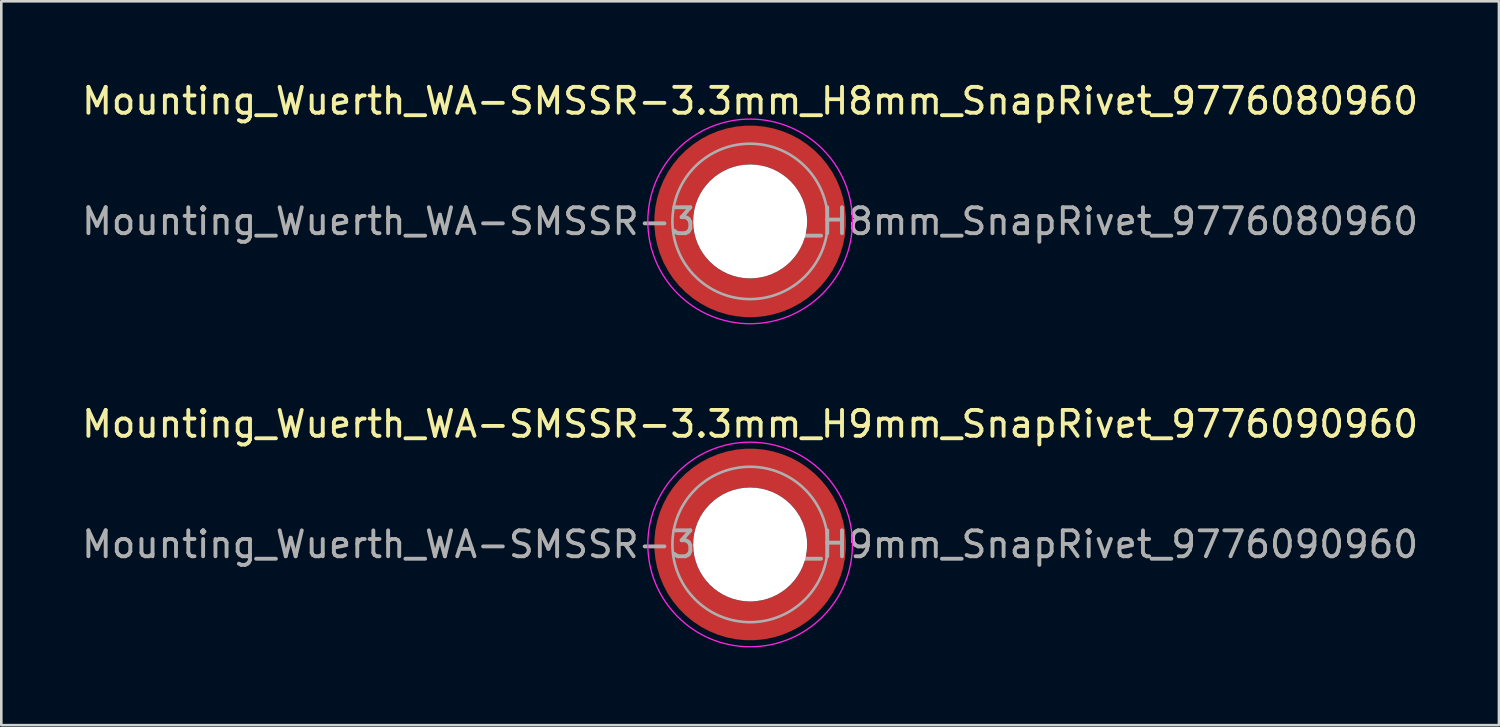
<source format=kicad_pcb>
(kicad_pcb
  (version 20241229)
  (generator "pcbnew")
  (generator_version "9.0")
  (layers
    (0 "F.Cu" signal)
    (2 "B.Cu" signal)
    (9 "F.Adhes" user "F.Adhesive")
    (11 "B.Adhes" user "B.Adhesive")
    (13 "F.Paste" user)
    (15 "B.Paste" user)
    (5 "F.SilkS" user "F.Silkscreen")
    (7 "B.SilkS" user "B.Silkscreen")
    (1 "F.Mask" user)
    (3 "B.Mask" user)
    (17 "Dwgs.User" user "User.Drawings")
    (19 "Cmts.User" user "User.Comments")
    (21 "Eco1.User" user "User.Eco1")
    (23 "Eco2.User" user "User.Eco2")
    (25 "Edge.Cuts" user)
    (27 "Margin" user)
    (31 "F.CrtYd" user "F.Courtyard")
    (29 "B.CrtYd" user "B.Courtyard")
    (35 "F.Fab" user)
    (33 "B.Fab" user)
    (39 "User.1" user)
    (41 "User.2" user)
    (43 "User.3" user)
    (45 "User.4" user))
  (footprint "Mounting_Wuerth_WA-SMSSR-3.3mm_H8mm_SnapRivet_9776080960"
    (layer "F.Cu")
    (at 25.911 5.498)
    (property "Reference" "Mounting_Wuerth_WA-SMSSR-3.3mm_H8mm_SnapRivet_9776080960" (at 0 -4.65 0) (layer "F.SilkS") (effects (font (size 1 1) (thickness 0.15))))
    (attr smd)
    (fp_circle (center 0 0) (end 3.95 0) (stroke (width 0.05) (type solid)) (fill no) (layer "F.CrtYd"))
    (fp_circle (center 0 0) (end 3 0) (stroke (width 0.1) (type solid)) (fill no) (layer "F.Fab"))
    (fp_text user "${REFERENCE}" (at 0 0 0) (layer "F.Fab") (effects (font (size 1 1) (thickness 0.15))))
    (pad "" smd custom (at -2.077 -2.077) (size 0.995 0.995) (layers "F.Paste") (options (anchor circle)) (primitives (gr_arc (start -0.208831 1.577126) (mid 0.422144 0.422848) (end 1.576154 -0.208618) (width 0.2)) (gr_arc (start -0.310669 1.577126) (mid 0.35138 0.35278) (end 1.575188 -0.310262) (width 0.2)) (gr_arc (start -0.412325 1.577126) (mid 0.280305 0.283024) (end 1.573357 -0.411565) (width 0.2)) (gr_arc (start -0.51382 1.577126) (mid 0.210358 0.212139) (end 1.574653 -0.513342) (width 0.2)) (gr_arc (start -0.615172 1.577126) (mid 0.139846 0.141818) (end 1.574384 -0.614661) (width 0.2)) (gr_arc (start -0.716397 1.577126) (mid 0.070334 0.070498) (end 1.576898 -0.716356) (width 0.2)) (gr_arc (start -0.817508 1.577126) (mid -0.001805 0.001807) (end 1.572094 -0.816633) (width 0.2)) (gr_arc (start -0.918517 1.577126) (mid -0.071322 -0.06951) (end 1.574599 -0.918094) (width 0.2)) (gr_arc (start -1.019433 1.577126) (mid -0.141902 -0.139762) (end 1.574138 -1.018949) (width 0.2)) (gr_arc (start -1.120266 1.577126) (mid -0.211736 -0.210761) (end 1.575763 -1.120053) (width 0.2)) (gr_arc (start -1.221022 1.577126) (mid -0.282882 -0.280446) (end 1.57372 -1.220505) (width 0.2)) (gr_arc (start -1.32171 1.577126) (mid -0.353407 -0.350753) (end 1.573414 -1.321162) (width 0.2)) (gr_arc (start -1.422335 1.577126) (mid -0.423311 -0.421682) (end 1.574846 -1.422009) (width 0.2)) (gr_line (start 1.577 -0.209) (end 1.577 -1.422) (width 0.2)) (gr_line (start -0.209 1.577) (end -1.422 1.577) (width 0.2))))
    (pad "" smd custom (at -2.077 2.077) (size 0.995 0.995) (layers "F.Paste") (options (anchor circle)) (primitives (gr_arc (start 1.577126 0.208831) (mid 0.422848 -0.422144) (end -0.208618 -1.576154) (width 0.2)) (gr_arc (start 1.577126 0.310669) (mid 0.35278 -0.35138) (end -0.310262 -1.575188) (width 0.2)) (gr_arc (start 1.577126 0.412325) (mid 0.283024 -0.280305) (end -0.411565 -1.573357) (width 0.2)) (gr_arc (start 1.577126 0.51382) (mid 0.212139 -0.210358) (end -0.513342 -1.574653) (width 0.2)) (gr_arc (start 1.577126 0.615172) (mid 0.141818 -0.139846) (end -0.614661 -1.574384) (width 0.2)) (gr_arc (start 1.577126 0.716397) (mid 0.070498 -0.070334) (end -0.716356 -1.576898) (width 0.2)) (gr_arc (start 1.577126 0.817508) (mid 0.001807 0.001805) (end -0.816633 -1.572094) (width 0.2)) (gr_arc (start 1.577126 0.918517) (mid -0.06951 0.071322) (end -0.918094 -1.574599) (width 0.2)) (gr_arc (start 1.577126 1.019433) (mid -0.139762 0.141902) (end -1.018949 -1.574138) (width 0.2)) (gr_arc (start 1.577126 1.120266) (mid -0.210761 0.211736) (end -1.120053 -1.575763) (width 0.2)) (gr_arc (start 1.577126 1.221022) (mid -0.280446 0.282882) (end -1.220505 -1.57372) (width 0.2)) (gr_arc (start 1.577126 1.32171) (mid -0.350753 0.353407) (end -1.321162 -1.573414) (width 0.2)) (gr_arc (start 1.577126 1.422335) (mid -0.421682 0.423311) (end -1.422009 -1.574846) (width 0.2)) (gr_line (start -0.209 -1.577) (end -1.422 -1.577) (width 0.2)) (gr_line (start 1.577 0.209) (end 1.577 1.422) (width 0.2))))
    (pad "" np_thru_hole circle (at 0 0) (size 4.4 4.4) (drill 4.4) (layers "*.Cu" "*.Mask"))
    (pad "" smd custom (at 2.077 -2.077) (size 0.995 0.995) (layers "F.Paste") (options (anchor circle)) (primitives (gr_arc (start -1.577126 -0.208831) (mid -0.422848 0.422144) (end 0.208618 1.576154) (width 0.2)) (gr_arc (start -1.577126 -0.310669) (mid -0.35278 0.35138) (end 0.310262 1.575188) (width 0.2)) (gr_arc (start -1.577126 -0.412325) (mid -0.283024 0.280305) (end 0.411565 1.573357) (width 0.2)) (gr_arc (start -1.577126 -0.51382) (mid -0.212139 0.210358) (end 0.513342 1.574653) (width 0.2)) (gr_arc (start -1.577126 -0.615172) (mid -0.141818 0.139846) (end 0.614661 1.574384) (width 0.2)) (gr_arc (start -1.577126 -0.716397) (mid -0.070498 0.070334) (end 0.716356 1.576898) (width 0.2)) (gr_arc (start -1.577126 -0.817508) (mid -0.001807 -0.001805) (end 0.816633 1.572094) (width 0.2)) (gr_arc (start -1.577126 -0.918517) (mid 0.06951 -0.071322) (end 0.918094 1.574599) (width 0.2)) (gr_arc (start -1.577126 -1.019433) (mid 0.139762 -0.141902) (end 1.018949 1.574138) (width 0.2)) (gr_arc (start -1.577126 -1.120266) (mid 0.210761 -0.211736) (end 1.120053 1.575763) (width 0.2)) (gr_arc (start -1.577126 -1.221022) (mid 0.280446 -0.282882) (end 1.220505 1.57372) (width 0.2)) (gr_arc (start -1.577126 -1.32171) (mid 0.350753 -0.353407) (end 1.321162 1.573414) (width 0.2)) (gr_arc (start -1.577126 -1.422335) (mid 0.421682 -0.423311) (end 1.422009 1.574846) (width 0.2)) (gr_line (start 0.209 1.577) (end 1.422 1.577) (width 0.2)) (gr_line (start -1.577 -0.209) (end -1.577 -1.422) (width 0.2))))
    (pad "" smd custom (at 2.077 2.077) (size 0.995 0.995) (layers "F.Paste") (options (anchor circle)) (primitives (gr_arc (start 0.208831 -1.577126) (mid -0.422144 -0.422848) (end -1.576154 0.208618) (width 0.2)) (gr_arc (start 0.310669 -1.577126) (mid -0.35138 -0.35278) (end -1.575188 0.310262) (width 0.2)) (gr_arc (start 0.412325 -1.577126) (mid -0.280305 -0.283024) (end -1.573357 0.411565) (width 0.2)) (gr_arc (start 0.51382 -1.577126) (mid -0.210358 -0.212139) (end -1.574653 0.513342) (width 0.2)) (gr_arc (start 0.615172 -1.577126) (mid -0.139846 -0.141818) (end -1.574384 0.614661) (width 0.2)) (gr_arc (start 0.716397 -1.577126) (mid -0.070334 -0.070498) (end -1.576898 0.716356) (width 0.2)) (gr_arc (start 0.817508 -1.577126) (mid 0.001805 -0.001807) (end -1.572094 0.816633) (width 0.2)) (gr_arc (start 0.918517 -1.577126) (mid 0.071322 0.06951) (end -1.574599 0.918094) (width 0.2)) (gr_arc (start 1.019433 -1.577126) (mid 0.141902 0.139762) (end -1.574138 1.018949) (width 0.2)) (gr_arc (start 1.120266 -1.577126) (mid 0.211736 0.210761) (end -1.575763 1.120053) (width 0.2)) (gr_arc (start 1.221022 -1.577126) (mid 0.282882 0.280446) (end -1.57372 1.220505) (width 0.2)) (gr_arc (start 1.32171 -1.577126) (mid 0.353407 0.350753) (end -1.573414 1.321162) (width 0.2)) (gr_arc (start 1.422335 -1.577126) (mid 0.423311 0.421682) (end -1.574846 1.422009) (width 0.2)) (gr_line (start -1.577 0.209) (end -1.577 1.422) (width 0.2)) (gr_line (start 0.209 -1.577) (end 1.422 -1.577) (width 0.2))))
    (pad "1" smd circle (at -2.95 0) (size 1.1 1.1) (layers "F.Cu"))
    (pad "1" smd circle (at 0 -2.95) (size 1.1 1.1) (layers "F.Cu"))
    (pad "1" smd circle (at 0 2.95) (size 1.1 1.1) (layers "F.Cu"))
    (pad "1" smd custom (at 2.95 0) (size 1.1 1.1) (layers "F.Cu" "F.Mask") (options (anchor circle)) (primitives (gr_circle (center -2.95 0) (end 0 0) (width 1.5) (fill no)))))
  (footprint "Mounting_Wuerth_WA-SMSSR-3.3mm_H9mm_SnapRivet_9776090960"
    (layer "F.Cu")
    (at 25.911 17.971)
    (property "Reference" "Mounting_Wuerth_WA-SMSSR-3.3mm_H9mm_SnapRivet_9776090960" (at 0 -4.65 0) (layer "F.SilkS") (effects (font (size 1 1) (thickness 0.15))))
    (attr smd)
    (fp_circle (center 0 0) (end 3.95 0) (stroke (width 0.05) (type solid)) (fill no) (layer "F.CrtYd"))
    (fp_circle (center 0 0) (end 3 0) (stroke (width 0.1) (type solid)) (fill no) (layer "F.Fab"))
    (fp_text user "${REFERENCE}" (at 0 0 0) (layer "F.Fab") (effects (font (size 1 1) (thickness 0.15))))
    (pad "" smd custom (at -2.077 -2.077) (size 0.995 0.995) (layers "F.Paste") (options (anchor circle)) (primitives (gr_arc (start -0.208831 1.577126) (mid 0.422144 0.422848) (end 1.576154 -0.208618) (width 0.2)) (gr_arc (start -0.310669 1.577126) (mid 0.35138 0.35278) (end 1.575188 -0.310262) (width 0.2)) (gr_arc (start -0.412325 1.577126) (mid 0.280305 0.283024) (end 1.573357 -0.411565) (width 0.2)) (gr_arc (start -0.51382 1.577126) (mid 0.210358 0.212139) (end 1.574653 -0.513342) (width 0.2)) (gr_arc (start -0.615172 1.577126) (mid 0.139846 0.141818) (end 1.574384 -0.614661) (width 0.2)) (gr_arc (start -0.716397 1.577126) (mid 0.070334 0.070498) (end 1.576898 -0.716356) (width 0.2)) (gr_arc (start -0.817508 1.577126) (mid -0.001805 0.001807) (end 1.572094 -0.816633) (width 0.2)) (gr_arc (start -0.918517 1.577126) (mid -0.071322 -0.06951) (end 1.574599 -0.918094) (width 0.2)) (gr_arc (start -1.019433 1.577126) (mid -0.141902 -0.139762) (end 1.574138 -1.018949) (width 0.2)) (gr_arc (start -1.120266 1.577126) (mid -0.211736 -0.210761) (end 1.575763 -1.120053) (width 0.2)) (gr_arc (start -1.221022 1.577126) (mid -0.282882 -0.280446) (end 1.57372 -1.220505) (width 0.2)) (gr_arc (start -1.32171 1.577126) (mid -0.353407 -0.350753) (end 1.573414 -1.321162) (width 0.2)) (gr_arc (start -1.422335 1.577126) (mid -0.423311 -0.421682) (end 1.574846 -1.422009) (width 0.2)) (gr_line (start 1.577 -0.209) (end 1.577 -1.422) (width 0.2)) (gr_line (start -0.209 1.577) (end -1.422 1.577) (width 0.2))))
    (pad "" smd custom (at -2.077 2.077) (size 0.995 0.995) (layers "F.Paste") (options (anchor circle)) (primitives (gr_arc (start 1.577126 0.208831) (mid 0.422848 -0.422144) (end -0.208618 -1.576154) (width 0.2)) (gr_arc (start 1.577126 0.310669) (mid 0.35278 -0.35138) (end -0.310262 -1.575188) (width 0.2)) (gr_arc (start 1.577126 0.412325) (mid 0.283024 -0.280305) (end -0.411565 -1.573357) (width 0.2)) (gr_arc (start 1.577126 0.51382) (mid 0.212139 -0.210358) (end -0.513342 -1.574653) (width 0.2)) (gr_arc (start 1.577126 0.615172) (mid 0.141818 -0.139846) (end -0.614661 -1.574384) (width 0.2)) (gr_arc (start 1.577126 0.716397) (mid 0.070498 -0.070334) (end -0.716356 -1.576898) (width 0.2)) (gr_arc (start 1.577126 0.817508) (mid 0.001807 0.001805) (end -0.816633 -1.572094) (width 0.2)) (gr_arc (start 1.577126 0.918517) (mid -0.06951 0.071322) (end -0.918094 -1.574599) (width 0.2)) (gr_arc (start 1.577126 1.019433) (mid -0.139762 0.141902) (end -1.018949 -1.574138) (width 0.2)) (gr_arc (start 1.577126 1.120266) (mid -0.210761 0.211736) (end -1.120053 -1.575763) (width 0.2)) (gr_arc (start 1.577126 1.221022) (mid -0.280446 0.282882) (end -1.220505 -1.57372) (width 0.2)) (gr_arc (start 1.577126 1.32171) (mid -0.350753 0.353407) (end -1.321162 -1.573414) (width 0.2)) (gr_arc (start 1.577126 1.422335) (mid -0.421682 0.423311) (end -1.422009 -1.574846) (width 0.2)) (gr_line (start -0.209 -1.577) (end -1.422 -1.577) (width 0.2)) (gr_line (start 1.577 0.209) (end 1.577 1.422) (width 0.2))))
    (pad "" np_thru_hole circle (at 0 0) (size 4.4 4.4) (drill 4.4) (layers "*.Cu" "*.Mask"))
    (pad "" smd custom (at 2.077 -2.077) (size 0.995 0.995) (layers "F.Paste") (options (anchor circle)) (primitives (gr_arc (start -1.577126 -0.208831) (mid -0.422848 0.422144) (end 0.208618 1.576154) (width 0.2)) (gr_arc (start -1.577126 -0.310669) (mid -0.35278 0.35138) (end 0.310262 1.575188) (width 0.2)) (gr_arc (start -1.577126 -0.412325) (mid -0.283024 0.280305) (end 0.411565 1.573357) (width 0.2)) (gr_arc (start -1.577126 -0.51382) (mid -0.212139 0.210358) (end 0.513342 1.574653) (width 0.2)) (gr_arc (start -1.577126 -0.615172) (mid -0.141818 0.139846) (end 0.614661 1.574384) (width 0.2)) (gr_arc (start -1.577126 -0.716397) (mid -0.070498 0.070334) (end 0.716356 1.576898) (width 0.2)) (gr_arc (start -1.577126 -0.817508) (mid -0.001807 -0.001805) (end 0.816633 1.572094) (width 0.2)) (gr_arc (start -1.577126 -0.918517) (mid 0.06951 -0.071322) (end 0.918094 1.574599) (width 0.2)) (gr_arc (start -1.577126 -1.019433) (mid 0.139762 -0.141902) (end 1.018949 1.574138) (width 0.2)) (gr_arc (start -1.577126 -1.120266) (mid 0.210761 -0.211736) (end 1.120053 1.575763) (width 0.2)) (gr_arc (start -1.577126 -1.221022) (mid 0.280446 -0.282882) (end 1.220505 1.57372) (width 0.2)) (gr_arc (start -1.577126 -1.32171) (mid 0.350753 -0.353407) (end 1.321162 1.573414) (width 0.2)) (gr_arc (start -1.577126 -1.422335) (mid 0.421682 -0.423311) (end 1.422009 1.574846) (width 0.2)) (gr_line (start 0.209 1.577) (end 1.422 1.577) (width 0.2)) (gr_line (start -1.577 -0.209) (end -1.577 -1.422) (width 0.2))))
    (pad "" smd custom (at 2.077 2.077) (size 0.995 0.995) (layers "F.Paste") (options (anchor circle)) (primitives (gr_arc (start 0.208831 -1.577126) (mid -0.422144 -0.422848) (end -1.576154 0.208618) (width 0.2)) (gr_arc (start 0.310669 -1.577126) (mid -0.35138 -0.35278) (end -1.575188 0.310262) (width 0.2)) (gr_arc (start 0.412325 -1.577126) (mid -0.280305 -0.283024) (end -1.573357 0.411565) (width 0.2)) (gr_arc (start 0.51382 -1.577126) (mid -0.210358 -0.212139) (end -1.574653 0.513342) (width 0.2)) (gr_arc (start 0.615172 -1.577126) (mid -0.139846 -0.141818) (end -1.574384 0.614661) (width 0.2)) (gr_arc (start 0.716397 -1.577126) (mid -0.070334 -0.070498) (end -1.576898 0.716356) (width 0.2)) (gr_arc (start 0.817508 -1.577126) (mid 0.001805 -0.001807) (end -1.572094 0.816633) (width 0.2)) (gr_arc (start 0.918517 -1.577126) (mid 0.071322 0.06951) (end -1.574599 0.918094) (width 0.2)) (gr_arc (start 1.019433 -1.577126) (mid 0.141902 0.139762) (end -1.574138 1.018949) (width 0.2)) (gr_arc (start 1.120266 -1.577126) (mid 0.211736 0.210761) (end -1.575763 1.120053) (width 0.2)) (gr_arc (start 1.221022 -1.577126) (mid 0.282882 0.280446) (end -1.57372 1.220505) (width 0.2)) (gr_arc (start 1.32171 -1.577126) (mid 0.353407 0.350753) (end -1.573414 1.321162) (width 0.2)) (gr_arc (start 1.422335 -1.577126) (mid 0.423311 0.421682) (end -1.574846 1.422009) (width 0.2)) (gr_line (start -1.577 0.209) (end -1.577 1.422) (width 0.2)) (gr_line (start 0.209 -1.577) (end 1.422 -1.577) (width 0.2))))
    (pad "1" smd circle (at -2.95 0) (size 1.1 1.1) (layers "F.Cu"))
    (pad "1" smd circle (at 0 -2.95) (size 1.1 1.1) (layers "F.Cu"))
    (pad "1" smd circle (at 0 2.95) (size 1.1 1.1) (layers "F.Cu"))
    (pad "1" smd custom (at 2.95 0) (size 1.1 1.1) (layers "F.Cu" "F.Mask") (options (anchor circle)) (primitives (gr_circle (center -2.95 0) (end 0 0) (width 1.5) (fill no)))))
  (gr_rect
    (start -3 -3)
    (end 54.821 24.947)
    (stroke (width 0.1) (type default))
    (fill no)
    (layer "Edge.Cuts")))
</source>
